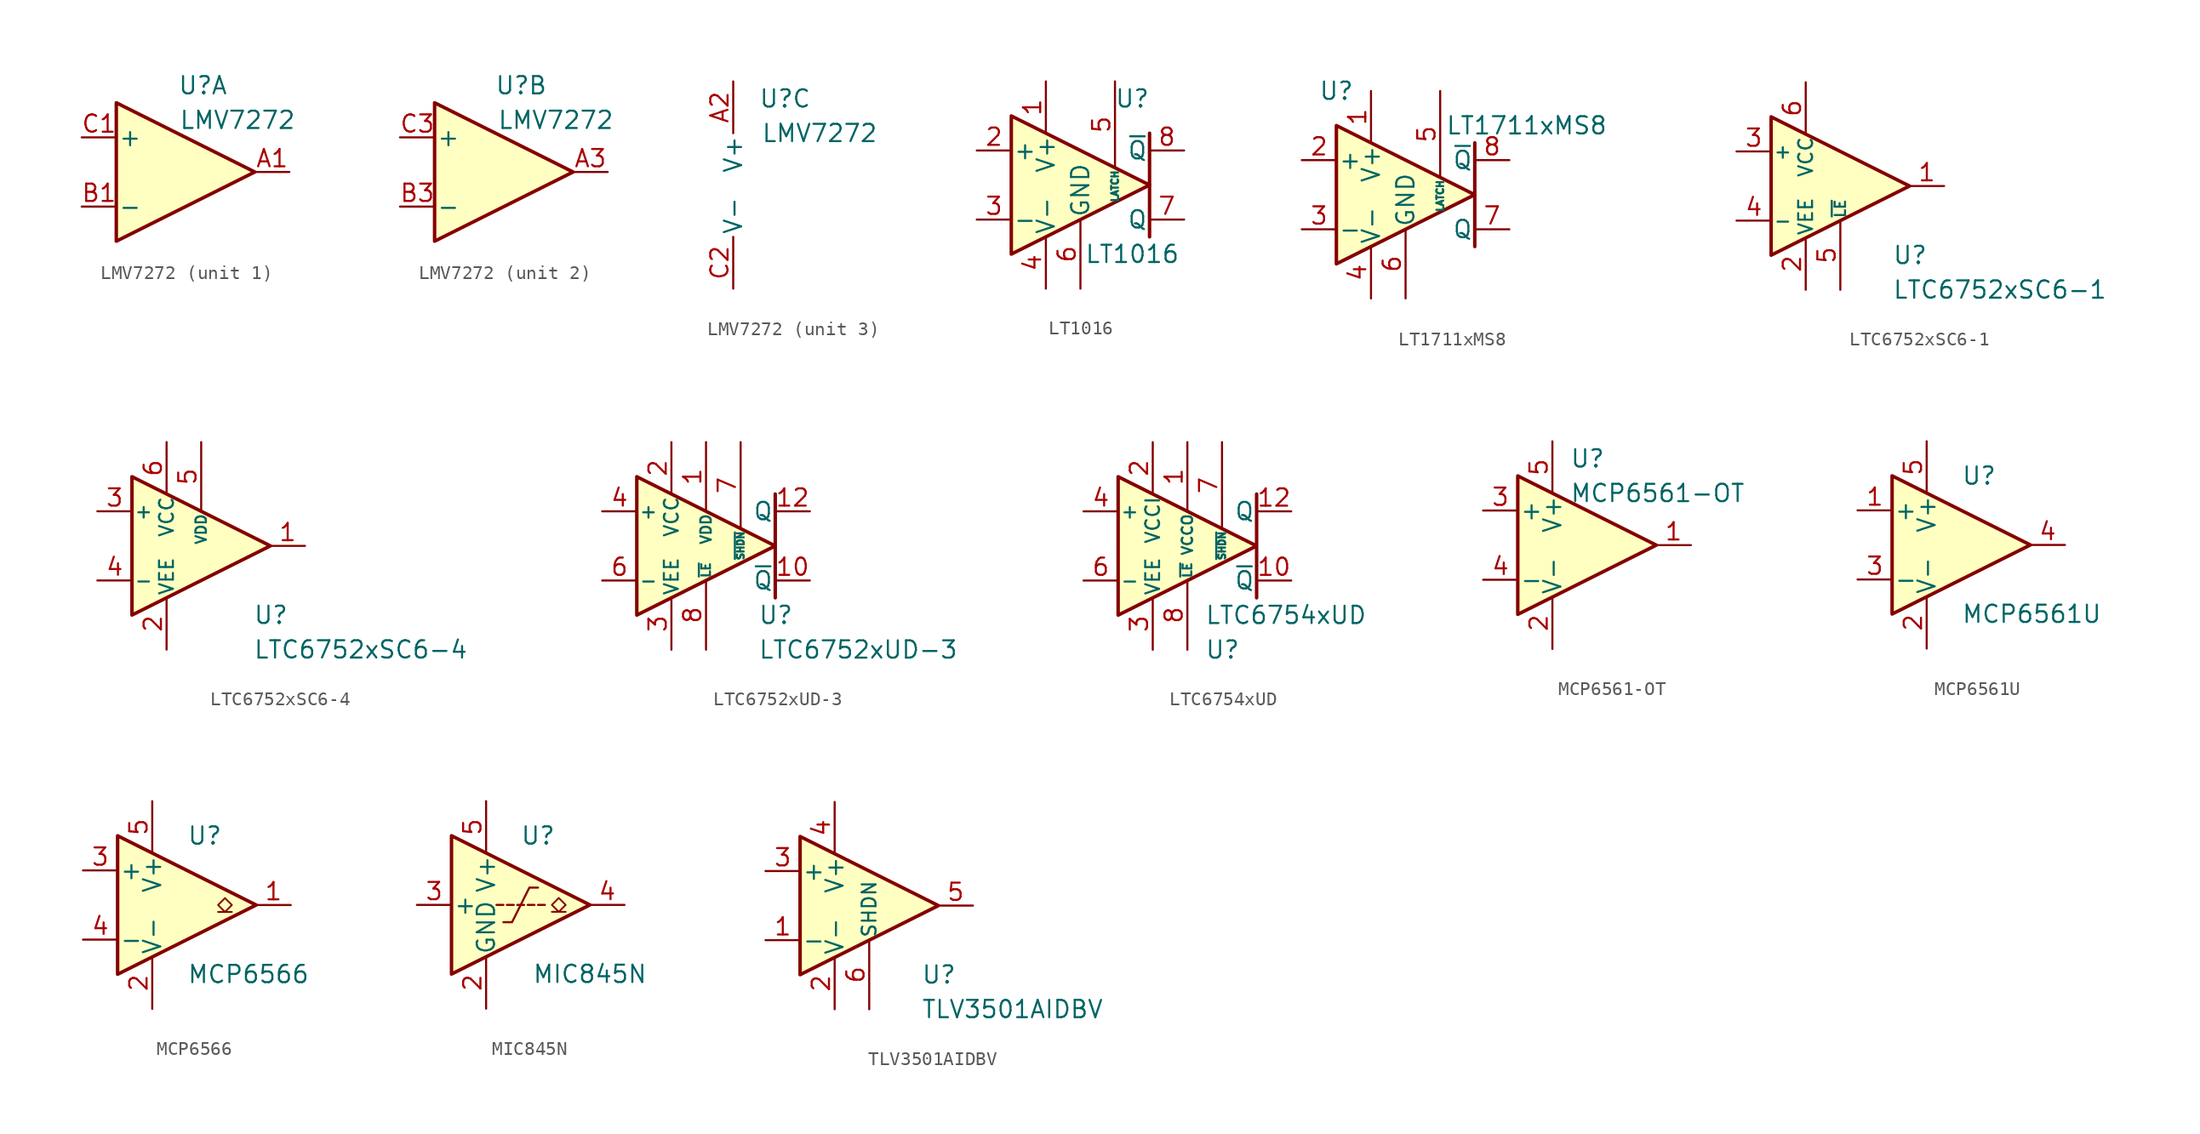
<source format=kicad_sym>
(kicad_symbol_lib
  (version 20231120)
  (generator "kicad_symbol_editor")
  (generator_version "8.0")
  (symbol "LMV7272"
    (pin_names
      (offset 0.127))
    (property "Reference" "U"
      (at 1.27 6.35 0)
      (effects (font (size 1.27 1.27))))
    (property "Value" "LMV7272"
      (at 3.81 3.81 0)
      (effects (font (size 1.27 1.27))))
    (property "ki_locked" ""
      (at 0 0 0)
      (effects (font (size 1.27 1.27))))
    (symbol "LMV7272_1_1"
      (polyline (pts (xy -5.08 5.08) (xy 5.08 0) (xy -5.08 -5.08) (xy -5.08 5.08)) (stroke (width 0.254) (type default)) (fill (type background)))
      (pin output line (at 7.62 0 180) (length 2.54) (name "~" (effects (font (size 1.27 1.27)))) (number "A1" (effects (font (size 1.27 1.27)))))
      (pin input line (at -7.62 -2.54 0) (length 2.54) (name "-" (effects (font (size 1.27 1.27)))) (number "B1" (effects (font (size 1.27 1.27)))))
      (pin input line (at -7.62 2.54 0) (length 2.54) (name "+" (effects (font (size 1.27 1.27)))) (number "C1" (effects (font (size 1.27 1.27))))))
    (symbol "LMV7272_2_1"
      (polyline (pts (xy -5.08 2.54) (xy -5.08 5.08) (xy 5.08 0) (xy -5.08 -5.08) (xy -5.08 2.54)) (stroke (width 0.254) (type default)) (fill (type background)))
      (pin output line (at 7.62 0 180) (length 2.54) (name "~" (effects (font (size 1.27 1.27)))) (number "A3" (effects (font (size 1.27 1.27)))))
      (pin input line (at -7.62 -2.54 0) (length 2.54) (name "-" (effects (font (size 1.27 1.27)))) (number "B3" (effects (font (size 1.27 1.27)))))
      (pin input line (at -7.62 2.54 0) (length 2.54) (name "+" (effects (font (size 1.27 1.27)))) (number "C3" (effects (font (size 1.27 1.27))))))
    (symbol "LMV7272_3_1"
      (pin power_in line (at -2.54 7.62 270) (length 3.81) (name "V+" (effects (font (size 1.27 1.27)))) (number "A2" (effects (font (size 1.27 1.27)))))
      (pin power_in line (at -2.54 -7.62 90) (length 3.81) (name "V-" (effects (font (size 1.27 1.27)))) (number "C2" (effects (font (size 1.27 1.27)))))))
  (symbol "LT1016"
    (pin_names
      (offset 0.127))
    (property "Reference" "U"
      (at 3.81 6.35 0)
      (effects (font (size 1.27 1.27))))
    (property "Value" "LT1016"
      (at 3.81 -5.08 0)
      (effects (font (size 1.27 1.27))))
    (symbol "LT1016_0_1"
      (polyline (pts (xy 5.08 3.81) (xy 5.08 -3.81)) (stroke (width 0.254) (type default)) (fill (type none)))
      (polyline (pts (xy -5.08 5.08) (xy 5.08 0) (xy -5.08 -5.08) (xy -5.08 5.08)) (stroke (width 0.254) (type default)) (fill (type background))))
    (symbol "LT1016_1_1"
      (pin power_in line (at -2.54 7.62 270) (length 3.81) (name "V+" (effects (font (size 1.27 1.27)))) (number "1" (effects (font (size 1.27 1.27)))))
      (pin input line (at -7.62 2.54 0) (length 2.54) (name "+" (effects (font (size 1.27 1.27)))) (number "2" (effects (font (size 1.27 1.27)))))
      (pin input line (at -7.62 -2.54 0) (length 2.54) (name "-" (effects (font (size 1.27 1.27)))) (number "3" (effects (font (size 1.27 1.27)))))
      (pin power_in line (at -2.54 -7.62 90) (length 3.81) (name "V-" (effects (font (size 1.27 1.27)))) (number "4" (effects (font (size 1.27 1.27)))))
      (pin input line (at 2.54 7.62 270) (length 6.35) (name "LATCH" (effects (font (size 0.508 0.508)))) (number "5" (effects (font (size 1.27 1.27)))))
      (pin power_in line (at 0 -7.62 90) (length 5.08) (name "GND" (effects (font (size 1.27 1.27)))) (number "6" (effects (font (size 1.27 1.27)))))
      (pin output line (at 7.62 -2.54 180) (length 2.54) (name "Q" (effects (font (size 1.27 1.27)))) (number "7" (effects (font (size 1.27 1.27)))))
      (pin output line (at 7.62 2.54 180) (length 2.54) (name "~{Q}" (effects (font (size 1.27 1.27)))) (number "8" (effects (font (size 1.27 1.27)))))))
  (symbol "LT1711xMS8"
    (pin_names
      (offset 0.127))
    (property "Reference" "U"
      (at -5.08 7.62 0)
      (effects (font (size 1.27 1.27))))
    (property "Value" "LT1711xMS8"
      (at 8.89 5.08 0)
      (effects (font (size 1.27 1.27))))
    (symbol "LT1711xMS8_0_1"
      (polyline (pts (xy 5.08 3.81) (xy 5.08 -3.81)) (stroke (width 0.254) (type default)) (fill (type none)))
      (polyline (pts (xy -5.08 5.08) (xy 5.08 0) (xy -5.08 -5.08) (xy -5.08 5.08)) (stroke (width 0.254) (type default)) (fill (type background))))
    (symbol "LT1711xMS8_1_1"
      (pin power_in line (at -2.54 7.62 270) (length 3.81) (name "V+" (effects (font (size 1.27 1.27)))) (number "1" (effects (font (size 1.27 1.27)))))
      (pin input line (at -7.62 2.54 0) (length 2.54) (name "+" (effects (font (size 1.27 1.27)))) (number "2" (effects (font (size 1.27 1.27)))))
      (pin input line (at -7.62 -2.54 0) (length 2.54) (name "-" (effects (font (size 1.27 1.27)))) (number "3" (effects (font (size 1.27 1.27)))))
      (pin power_in line (at -2.54 -7.62 90) (length 3.81) (name "V-" (effects (font (size 1.27 1.27)))) (number "4" (effects (font (size 1.27 1.27)))))
      (pin input line (at 2.54 7.62 270) (length 6.35) (name "LATCH" (effects (font (size 0.508 0.508)))) (number "5" (effects (font (size 1.27 1.27)))))
      (pin power_in line (at 0 -7.62 90) (length 5.08) (name "GND" (effects (font (size 1.27 1.27)))) (number "6" (effects (font (size 1.27 1.27)))))
      (pin output line (at 7.62 -2.54 180) (length 2.54) (name "Q" (effects (font (size 1.27 1.27)))) (number "7" (effects (font (size 1.27 1.27)))))
      (pin output line (at 7.62 2.54 180) (length 2.54) (name "~{Q}" (effects (font (size 1.27 1.27)))) (number "8" (effects (font (size 1.27 1.27)))))))
  (symbol "LTC6752xSC6-1"
    (pin_names
      (offset 0.127))
    (property "Reference" "U"
      (at 3.81 -5.08 0)
      (effects (font (size 1.27 1.27)) (justify left)))
    (property "Value" "LTC6752xSC6-1"
      (at 3.81 -7.62 0)
      (effects (font (size 1.27 1.27)) (justify left)))
    (symbol "LTC6752xSC6-1_1_1"
      (polyline (pts (xy -5.08 5.08) (xy 5.08 0) (xy -5.08 -5.08) (xy -5.08 5.08)) (stroke (width 0.254) (type default)) (fill (type background)))
      (pin output line (at 7.62 0 180) (length 2.54) (name "~" (effects (font (size 1.27 1.27)))) (number "1" (effects (font (size 1.27 1.27)))))
      (pin power_in line (at -2.54 -7.62 90) (length 3.81) (name "VEE" (effects (font (size 1.016 1.016)))) (number "2" (effects (font (size 1.27 1.27)))))
      (pin input line (at -7.62 2.54 0) (length 2.54) (name "+" (effects (font (size 1.016 1.016)))) (number "3" (effects (font (size 1.27 1.27)))))
      (pin input line (at -7.62 -2.54 0) (length 2.54) (name "-" (effects (font (size 1.016 1.016)))) (number "4" (effects (font (size 1.27 1.27)))))
      (pin input line (at 0 -7.62 90) (length 5.08) (name "~{LE}" (effects (font (size 0.762 0.762)))) (number "5" (effects (font (size 1.27 1.27)))))
      (pin power_in line (at -2.54 7.62 270) (length 3.81) (name "VCC" (effects (font (size 1.016 1.016)))) (number "6" (effects (font (size 1.27 1.27)))))))
  (symbol "LTC6752xSC6-4"
    (pin_names
      (offset 0.127))
    (property "Reference" "U"
      (at 3.81 -5.08 0)
      (effects (font (size 1.27 1.27)) (justify left)))
    (property "Value" "LTC6752xSC6-4"
      (at 3.81 -7.62 0)
      (effects (font (size 1.27 1.27)) (justify left)))
    (symbol "LTC6752xSC6-4_1_1"
      (polyline (pts (xy -5.08 5.08) (xy 5.08 0) (xy -5.08 -5.08) (xy -5.08 5.08)) (stroke (width 0.254) (type default)) (fill (type background)))
      (pin output line (at 7.62 0 180) (length 2.54) (name "~" (effects (font (size 1.27 1.27)))) (number "1" (effects (font (size 1.27 1.27)))))
      (pin power_in line (at -2.54 -7.62 90) (length 3.81) (name "VEE" (effects (font (size 1.016 1.016)))) (number "2" (effects (font (size 1.27 1.27)))))
      (pin input line (at -7.62 2.54 0) (length 2.54) (name "+" (effects (font (size 1.016 1.016)))) (number "3" (effects (font (size 1.27 1.27)))))
      (pin input line (at -7.62 -2.54 0) (length 2.54) (name "-" (effects (font (size 1.016 1.016)))) (number "4" (effects (font (size 1.27 1.27)))))
      (pin power_in line (at 0 7.62 270) (length 5.08) (name "VDD" (effects (font (size 0.762 0.762)))) (number "5" (effects (font (size 1.27 1.27)))))
      (pin power_in line (at -2.54 7.62 270) (length 3.81) (name "VCC" (effects (font (size 1.016 1.016)))) (number "6" (effects (font (size 1.27 1.27)))))))
  (symbol "LTC6752xUD-3"
    (pin_names
      (offset 0.127))
    (property "Reference" "U"
      (at 3.81 -5.08 0)
      (effects (font (size 1.27 1.27)) (justify left)))
    (property "Value" "LTC6752xUD-3"
      (at 3.81 -7.62 0)
      (effects (font (size 1.27 1.27)) (justify left)))
    (symbol "LTC6752xUD-3_0_1"
      (polyline (pts (xy 5.08 3.81) (xy 5.08 0) (xy -5.08 5.08) (xy -5.08 -5.08) (xy 5.08 0) (xy 5.08 -3.81)) (stroke (width 0.254) (type default)) (fill (type background))))
    (symbol "LTC6752xUD-3_1_1"
      (pin power_in line (at 0 7.62 270) (length 5.08) (name "VDD" (effects (font (size 0.762 0.762)))) (number "1" (effects (font (size 1.27 1.27)))))
      (pin output line (at 7.62 -2.54 180) (length 2.54) (name "~{Q}" (effects (font (size 1.27 1.27)))) (number "10" (effects (font (size 1.27 1.27)))))
      (pin no_connect line (at 5.08 0 180) (length 2.54) hide (name "NC" (effects (font (size 1.27 1.27)))) (number "11" (effects (font (size 1.27 1.27)))))
      (pin output line (at 7.62 2.54 180) (length 2.54) (name "Q" (effects (font (size 1.27 1.27)))) (number "12" (effects (font (size 1.27 1.27)))))
      (pin passive line (at -2.54 -7.62 90) (length 3.81) hide (name "VEE" (effects (font (size 1.016 1.016)))) (number "13" (effects (font (size 1.27 1.27)))))
      (pin power_in line (at -2.54 7.62 270) (length 3.81) (name "VCC" (effects (font (size 1.016 1.016)))) (number "2" (effects (font (size 1.27 1.27)))))
      (pin power_in line (at -2.54 -7.62 90) (length 3.81) (name "VEE" (effects (font (size 1.016 1.016)))) (number "3" (effects (font (size 1.27 1.27)))))
      (pin input line (at -7.62 2.54 0) (length 2.54) (name "+" (effects (font (size 1.016 1.016)))) (number "4" (effects (font (size 1.27 1.27)))))
      (pin no_connect line (at -5.08 0 0) (length 2.54) hide (name "NC" (effects (font (size 1.27 1.27)))) (number "5" (effects (font (size 1.27 1.27)))))
      (pin input line (at -7.62 -2.54 0) (length 2.54) (name "-" (effects (font (size 1.016 1.016)))) (number "6" (effects (font (size 1.27 1.27)))))
      (pin input line (at 2.54 7.62 270) (length 6.35) (name "~{SHDN}" (effects (font (size 0.508 0.508)))) (number "7" (effects (font (size 1.27 1.27)))))
      (pin input line (at 0 -7.62 90) (length 5.08) (name "~{LE}" (effects (font (size 0.635 0.635)))) (number "8" (effects (font (size 1.27 1.27)))))
      (pin passive line (at -2.54 -7.62 90) (length 3.81) hide (name "VEE" (effects (font (size 1.016 1.016)))) (number "9" (effects (font (size 1.27 1.27)))))))
  (symbol "LTC6754xUD"
    (pin_names
      (offset 0.127))
    (property "Reference" "U"
      (at 1.27 -7.62 0)
      (effects (font (size 1.27 1.27)) (justify left)))
    (property "Value" "LTC6754xUD"
      (at 1.27 -5.08 0)
      (effects (font (size 1.27 1.27)) (justify left)))
    (symbol "LTC6754xUD_0_1"
      (polyline (pts (xy 5.08 3.81) (xy 5.08 0) (xy -5.08 5.08) (xy -5.08 -5.08) (xy 5.08 0) (xy 5.08 -3.81)) (stroke (width 0.254) (type default)) (fill (type background))))
    (symbol "LTC6754xUD_1_1"
      (pin power_in line (at 0 7.62 270) (length 5.08) (name "VCCO" (effects (font (size 0.762 0.762)))) (number "1" (effects (font (size 1.27 1.27)))))
      (pin output line (at 7.62 -2.54 180) (length 2.54) (name "~{Q}" (effects (font (size 1.27 1.27)))) (number "10" (effects (font (size 1.27 1.27)))))
      (pin no_connect line (at 5.08 0 180) (length 2.54) hide (name "NC" (effects (font (size 1.27 1.27)))) (number "11" (effects (font (size 1.27 1.27)))))
      (pin output line (at 7.62 2.54 180) (length 2.54) (name "Q" (effects (font (size 1.27 1.27)))) (number "12" (effects (font (size 1.27 1.27)))))
      (pin passive line (at -2.54 -7.62 90) (length 3.81) hide (name "VEE" (effects (font (size 1.016 1.016)))) (number "13" (effects (font (size 1.27 1.27)))))
      (pin power_in line (at -2.54 7.62 270) (length 3.81) (name "VCCI" (effects (font (size 1.016 1.016)))) (number "2" (effects (font (size 1.27 1.27)))))
      (pin power_in line (at -2.54 -7.62 90) (length 3.81) (name "VEE" (effects (font (size 1.016 1.016)))) (number "3" (effects (font (size 1.27 1.27)))))
      (pin input line (at -7.62 2.54 0) (length 2.54) (name "+" (effects (font (size 1.016 1.016)))) (number "4" (effects (font (size 1.27 1.27)))))
      (pin no_connect line (at -5.08 0 0) (length 2.54) hide (name "NC" (effects (font (size 1.27 1.27)))) (number "5" (effects (font (size 1.27 1.27)))))
      (pin input line (at -7.62 -2.54 0) (length 2.54) (name "-" (effects (font (size 1.016 1.016)))) (number "6" (effects (font (size 1.27 1.27)))))
      (pin input line (at 2.54 7.62 270) (length 6.35) (name "~{SHDN}" (effects (font (size 0.508 0.508)))) (number "7" (effects (font (size 1.27 1.27)))))
      (pin input line (at 0 -7.62 90) (length 5.08) (name "~{LE}" (effects (font (size 0.635 0.635)))) (number "8" (effects (font (size 1.27 1.27)))))
      (pin passive line (at -2.54 -7.62 90) (length 3.81) hide (name "VEE" (effects (font (size 1.016 1.016)))) (number "9" (effects (font (size 1.27 1.27)))))))
  (symbol "MCP6561-OT"
    (pin_names
      (offset 0.127))
    (property "Reference" "U"
      (at -1.27 6.35 0)
      (effects (font (size 1.27 1.27)) (justify left)))
    (property "Value" "MCP6561-OT"
      (at -1.27 3.81 0)
      (effects (font (size 1.27 1.27)) (justify left)))
    (symbol "MCP6561-OT_0_1"
      (polyline (pts (xy -5.08 5.08) (xy 5.08 0) (xy -5.08 -5.08) (xy -5.08 5.08)) (stroke (width 0.254) (type default)) (fill (type background)))
      (pin power_in line (at -2.54 -7.62 90) (length 3.81) (name "V-" (effects (font (size 1.27 1.27)))) (number "2" (effects (font (size 1.27 1.27)))))
      (pin power_in line (at -2.54 7.62 270) (length 3.81) (name "V+" (effects (font (size 1.27 1.27)))) (number "5" (effects (font (size 1.27 1.27))))))
    (symbol "MCP6561-OT_1_1"
      (pin output line (at 7.62 0 180) (length 2.54) (name "~" (effects (font (size 1.27 1.27)))) (number "1" (effects (font (size 1.27 1.27)))))
      (pin input line (at -7.62 2.54 0) (length 2.54) (name "+" (effects (font (size 1.27 1.27)))) (number "3" (effects (font (size 1.27 1.27)))))
      (pin input line (at -7.62 -2.54 0) (length 2.54) (name "-" (effects (font (size 1.27 1.27)))) (number "4" (effects (font (size 1.27 1.27)))))))
  (symbol "MCP6561U"
    (pin_names
      (offset 0.127))
    (property "Reference" "U"
      (at 0 5.08 0)
      (effects (font (size 1.27 1.27)) (justify left)))
    (property "Value" "MCP6561U"
      (at 0 -5.08 0)
      (effects (font (size 1.27 1.27)) (justify left)))
    (symbol "MCP6561U_0_1"
      (polyline (pts (xy -5.08 5.08) (xy 5.08 0) (xy -5.08 -5.08) (xy -5.08 5.08)) (stroke (width 0.254) (type default)) (fill (type background)))
      (pin power_in line (at -2.54 -7.62 90) (length 3.81) (name "V-" (effects (font (size 1.27 1.27)))) (number "2" (effects (font (size 1.27 1.27)))))
      (pin power_in line (at -2.54 7.62 270) (length 3.81) (name "V+" (effects (font (size 1.27 1.27)))) (number "5" (effects (font (size 1.27 1.27))))))
    (symbol "MCP6561U_1_1"
      (pin input line (at -7.62 2.54 0) (length 2.54) (name "+" (effects (font (size 1.27 1.27)))) (number "1" (effects (font (size 1.27 1.27)))))
      (pin input line (at -7.62 -2.54 0) (length 2.54) (name "-" (effects (font (size 1.27 1.27)))) (number "3" (effects (font (size 1.27 1.27)))))
      (pin output line (at 7.62 0 180) (length 2.54) (name "~" (effects (font (size 1.27 1.27)))) (number "4" (effects (font (size 1.27 1.27)))))))
  (symbol "MCP6566"
    (pin_names
      (offset 0.127))
    (property "Reference" "U"
      (at 0 5.08 0)
      (effects (font (size 1.27 1.27)) (justify left)))
    (property "Value" "MCP6566"
      (at 0 -5.08 0)
      (effects (font (size 1.27 1.27)) (justify left)))
    (symbol "MCP6566_0_1"
      (polyline (pts (xy -5.08 5.08) (xy 5.08 0) (xy -5.08 -5.08) (xy -5.08 5.08)) (stroke (width 0.254) (type default)) (fill (type background)))
      (polyline (pts (xy 3.302 -0.508) (xy 2.794 -0.508) (xy 3.302 0) (xy 2.794 0.508) (xy 2.286 0) (xy 2.794 -0.508) (xy 2.286 -0.508)) (stroke (width 0.127) (type default)) (fill (type none)))
      (pin power_in line (at -2.54 -7.62 90) (length 3.81) (name "V-" (effects (font (size 1.27 1.27)))) (number "2" (effects (font (size 1.27 1.27)))))
      (pin power_in line (at -2.54 7.62 270) (length 3.81) (name "V+" (effects (font (size 1.27 1.27)))) (number "5" (effects (font (size 1.27 1.27))))))
    (symbol "MCP6566_1_1"
      (pin open_collector line (at 7.62 0 180) (length 2.54) (name "~" (effects (font (size 1.27 1.27)))) (number "1" (effects (font (size 1.27 1.27)))))
      (pin input line (at -7.62 2.54 0) (length 2.54) (name "+" (effects (font (size 1.27 1.27)))) (number "3" (effects (font (size 1.27 1.27)))))
      (pin input line (at -7.62 -2.54 0) (length 2.54) (name "-" (effects (font (size 1.27 1.27)))) (number "4" (effects (font (size 1.27 1.27)))))))
  (symbol "MIC845N"
    (pin_names
      (offset 0.127))
    (property "Reference" "U"
      (at 3.81 5.08 0)
      (effects (font (size 1.27 1.27))))
    (property "Value" "MIC845N"
      (at 7.62 -5.08 0)
      (effects (font (size 1.27 1.27))))
    (symbol "MIC845N_0_1"
      (polyline (pts (xy 1.27 0) (xy 0.762 0)) (stroke (width 0) (type default)) (fill (type none)))
      (polyline (pts (xy 2.032 0) (xy 1.524 0)) (stroke (width 0) (type default)) (fill (type none)))
      (polyline (pts (xy 2.286 0) (xy 2.794 0)) (stroke (width 0) (type default)) (fill (type none)))
      (polyline (pts (xy 3.048 0) (xy 3.556 0)) (stroke (width 0) (type default)) (fill (type none)))
      (polyline (pts (xy 3.81 0) (xy 4.318 0)) (stroke (width 0) (type default)) (fill (type none)))
      (polyline (pts (xy -2.54 5.08) (xy 7.62 0) (xy -2.54 -5.08) (xy -2.54 5.08)) (stroke (width 0.254) (type default)) (fill (type background)))
      (polyline (pts (xy 1.27 -1.27) (xy 1.905 -1.27) (xy 3.175 1.27) (xy 3.81 1.27)) (stroke (width 0) (type default)) (fill (type none)))
      (polyline (pts (xy 5.842 -0.508) (xy 5.334 -0.508) (xy 5.842 0) (xy 5.334 0.508) (xy 4.826 0) (xy 5.334 -0.508) (xy 4.826 -0.508)) (stroke (width 0.127) (type default)) (fill (type none))))
    (symbol "MIC845N_1_1"
      (pin no_connect line (at -2.54 0 0) (length 2.54) hide (name "NIC" (effects (font (size 1.27 1.27)))) (number "1" (effects (font (size 1.27 1.27)))))
      (pin power_in line (at 0 -7.62 90) (length 3.81) (name "GND" (effects (font (size 1.27 1.27)))) (number "2" (effects (font (size 1.27 1.27)))))
      (pin input line (at -5.08 0 0) (length 2.54) (name "+" (effects (font (size 1.27 1.27)))) (number "3" (effects (font (size 1.27 1.27)))))
      (pin open_collector line (at 10.16 0 180) (length 2.54) (name "~" (effects (font (size 1.27 1.27)))) (number "4" (effects (font (size 1.27 1.27)))))
      (pin power_in line (at 0 7.62 270) (length 3.81) (name "V+" (effects (font (size 1.27 1.27)))) (number "5" (effects (font (size 1.27 1.27)))))))
  (symbol "TLV3501AIDBV"
    (pin_names
      (offset 0.127))
    (property "Reference" "U"
      (at 3.81 -5.08 0)
      (effects (font (size 1.27 1.27)) (justify left)))
    (property "Value" "TLV3501AIDBV"
      (at 3.81 -7.62 0)
      (effects (font (size 1.27 1.27)) (justify left)))
    (symbol "TLV3501AIDBV_1_1"
      (polyline (pts (xy -5.08 5.08) (xy 5.08 0) (xy -5.08 -5.08) (xy -5.08 5.08)) (stroke (width 0.254) (type default)) (fill (type background)))
      (pin input line (at -7.62 -2.54 0) (length 2.54) (name "-" (effects (font (size 1.27 1.27)))) (number "1" (effects (font (size 1.27 1.27)))))
      (pin power_in line (at -2.54 -7.62 90) (length 3.81) (name "V-" (effects (font (size 1.27 1.27)))) (number "2" (effects (font (size 1.27 1.27)))))
      (pin input line (at -7.62 2.54 0) (length 2.54) (name "+" (effects (font (size 1.27 1.27)))) (number "3" (effects (font (size 1.27 1.27)))))
      (pin power_in line (at -2.54 7.62 270) (length 3.81) (name "V+" (effects (font (size 1.27 1.27)))) (number "4" (effects (font (size 1.27 1.27)))))
      (pin output line (at 7.62 0 180) (length 2.54) (name "~" (effects (font (size 1.27 1.27)))) (number "5" (effects (font (size 1.27 1.27)))))
      (pin input line (at 0 -7.62 90) (length 5.08) (name "SHDN" (effects (font (size 1.016 1.016)))) (number "6" (effects (font (size 1.27 1.27))))))))
</source>
